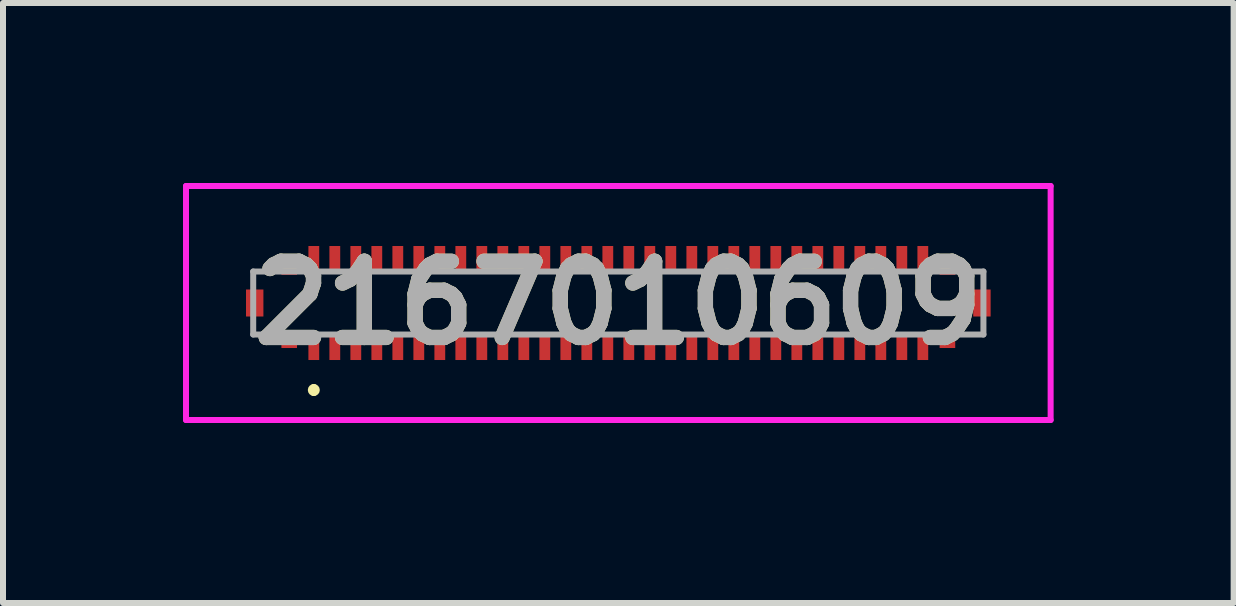
<source format=kicad_pcb>
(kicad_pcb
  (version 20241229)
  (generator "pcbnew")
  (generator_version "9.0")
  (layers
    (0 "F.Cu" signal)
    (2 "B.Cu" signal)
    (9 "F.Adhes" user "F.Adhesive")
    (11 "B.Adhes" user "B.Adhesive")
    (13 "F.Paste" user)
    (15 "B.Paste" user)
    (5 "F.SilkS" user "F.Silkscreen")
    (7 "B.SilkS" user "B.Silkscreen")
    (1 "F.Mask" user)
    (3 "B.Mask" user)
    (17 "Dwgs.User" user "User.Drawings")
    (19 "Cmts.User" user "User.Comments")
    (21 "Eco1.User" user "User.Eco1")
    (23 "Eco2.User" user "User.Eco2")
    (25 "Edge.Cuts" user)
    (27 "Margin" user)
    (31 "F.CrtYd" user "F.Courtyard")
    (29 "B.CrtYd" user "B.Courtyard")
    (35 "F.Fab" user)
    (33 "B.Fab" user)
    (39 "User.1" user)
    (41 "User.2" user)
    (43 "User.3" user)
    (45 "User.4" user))
  (footprint "2167010609"
    (layer "F.Cu")
    (at 7.255 2)
    (property "Reference" "2167010609" (at 0 0 0) (layer "F.SilkS") (effects (font (size 1.27 1.27) (thickness 0.254))))
    (attr smd)
    (fp_line (start -5.075 1.4) (end -5.075 1.4) (stroke (width 0.1) (type solid)) (layer "F.SilkS"))
    (fp_line (start -5.075 1.5) (end -5.075 1.5) (stroke (width 0.1) (type solid)) (layer "F.SilkS"))
    (fp_arc (start -5.075 1.4) (mid -5.025 1.45) (end -5.075 1.5) (stroke (width 0.1) (type solid)) (layer "F.SilkS"))
    (fp_arc (start -5.075 1.5) (mid -5.125 1.45) (end -5.075 1.4) (stroke (width 0.1) (type solid)) (layer "F.SilkS"))
    (fp_line (start -7.205 -1.95) (end 7.205 -1.95) (stroke (width 0.1) (type solid)) (layer "F.CrtYd"))
    (fp_line (start -7.205 1.95) (end -7.205 -1.95) (stroke (width 0.1) (type solid)) (layer "F.CrtYd"))
    (fp_line (start 7.205 -1.95) (end 7.205 1.95) (stroke (width 0.1) (type solid)) (layer "F.CrtYd"))
    (fp_line (start 7.205 1.95) (end -7.205 1.95) (stroke (width 0.1) (type solid)) (layer "F.CrtYd"))
    (fp_line (start -6.085 -0.525) (end 6.085 -0.525) (stroke (width 0.1) (type solid)) (layer "F.Fab"))
    (fp_line (start -6.085 0.525) (end -6.085 -0.525) (stroke (width 0.1) (type solid)) (layer "F.Fab"))
    (fp_line (start 6.085 -0.525) (end 6.085 0.525) (stroke (width 0.1) (type solid)) (layer "F.Fab"))
    (fp_line (start 6.085 0.525) (end -6.085 0.525) (stroke (width 0.1) (type solid)) (layer "F.Fab"))
    (fp_text user "${REFERENCE}" (at 0 0 0) (layer "F.Fab") (effects (font (size 1.27 1.27) (thickness 0.254))))
    (pad "1" smd rect (at -5.075 0.74) (size 0.18 0.42) (layers "F.Cu" "F.Mask" "F.Paste"))
    (pad "2" smd rect (at -5.075 -0.74) (size 0.18 0.42) (layers "F.Cu" "F.Mask" "F.Paste"))
    (pad "3" smd rect (at -4.725 0.74) (size 0.18 0.42) (layers "F.Cu" "F.Mask" "F.Paste"))
    (pad "4" smd rect (at -4.725 -0.74) (size 0.18 0.42) (layers "F.Cu" "F.Mask" "F.Paste"))
    (pad "5" smd rect (at -4.375 0.74) (size 0.18 0.42) (layers "F.Cu" "F.Mask" "F.Paste"))
    (pad "6" smd rect (at -4.375 -0.74) (size 0.18 0.42) (layers "F.Cu" "F.Mask" "F.Paste"))
    (pad "7" smd rect (at -4.025 0.74) (size 0.18 0.42) (layers "F.Cu" "F.Mask" "F.Paste"))
    (pad "8" smd rect (at -4.025 -0.74) (size 0.18 0.42) (layers "F.Cu" "F.Mask" "F.Paste"))
    (pad "9" smd rect (at -3.675 0.74) (size 0.18 0.42) (layers "F.Cu" "F.Mask" "F.Paste"))
    (pad "10" smd rect (at -3.675 -0.74) (size 0.18 0.42) (layers "F.Cu" "F.Mask" "F.Paste"))
    (pad "11" smd rect (at -3.325 0.74) (size 0.18 0.42) (layers "F.Cu" "F.Mask" "F.Paste"))
    (pad "12" smd rect (at -3.325 -0.74) (size 0.18 0.42) (layers "F.Cu" "F.Mask" "F.Paste"))
    (pad "13" smd rect (at -2.975 0.74) (size 0.18 0.42) (layers "F.Cu" "F.Mask" "F.Paste"))
    (pad "14" smd rect (at -2.975 -0.74) (size 0.18 0.42) (layers "F.Cu" "F.Mask" "F.Paste"))
    (pad "15" smd rect (at -2.625 0.74) (size 0.18 0.42) (layers "F.Cu" "F.Mask" "F.Paste"))
    (pad "16" smd rect (at -2.625 -0.74) (size 0.18 0.42) (layers "F.Cu" "F.Mask" "F.Paste"))
    (pad "17" smd rect (at -2.275 0.74) (size 0.18 0.42) (layers "F.Cu" "F.Mask" "F.Paste"))
    (pad "18" smd rect (at -2.275 -0.74) (size 0.18 0.42) (layers "F.Cu" "F.Mask" "F.Paste"))
    (pad "19" smd rect (at -1.925 0.74) (size 0.18 0.42) (layers "F.Cu" "F.Mask" "F.Paste"))
    (pad "20" smd rect (at -1.925 -0.74) (size 0.18 0.42) (layers "F.Cu" "F.Mask" "F.Paste"))
    (pad "21" smd rect (at -1.575 0.74) (size 0.18 0.42) (layers "F.Cu" "F.Mask" "F.Paste"))
    (pad "22" smd rect (at -1.575 -0.74) (size 0.18 0.42) (layers "F.Cu" "F.Mask" "F.Paste"))
    (pad "23" smd rect (at -1.225 0.74) (size 0.18 0.42) (layers "F.Cu" "F.Mask" "F.Paste"))
    (pad "24" smd rect (at -1.225 -0.74) (size 0.18 0.42) (layers "F.Cu" "F.Mask" "F.Paste"))
    (pad "25" smd rect (at -0.875 0.74) (size 0.18 0.42) (layers "F.Cu" "F.Mask" "F.Paste"))
    (pad "26" smd rect (at -0.875 -0.74) (size 0.18 0.42) (layers "F.Cu" "F.Mask" "F.Paste"))
    (pad "27" smd rect (at -0.525 0.74) (size 0.18 0.42) (layers "F.Cu" "F.Mask" "F.Paste"))
    (pad "28" smd rect (at -0.525 -0.74) (size 0.18 0.42) (layers "F.Cu" "F.Mask" "F.Paste"))
    (pad "29" smd rect (at -0.175 0.74) (size 0.18 0.42) (layers "F.Cu" "F.Mask" "F.Paste"))
    (pad "30" smd rect (at -0.175 -0.74) (size 0.18 0.42) (layers "F.Cu" "F.Mask" "F.Paste"))
    (pad "31" smd rect (at 0.175 0.74) (size 0.18 0.42) (layers "F.Cu" "F.Mask" "F.Paste"))
    (pad "32" smd rect (at 0.175 -0.74) (size 0.18 0.42) (layers "F.Cu" "F.Mask" "F.Paste"))
    (pad "33" smd rect (at 0.525 0.74) (size 0.18 0.42) (layers "F.Cu" "F.Mask" "F.Paste"))
    (pad "34" smd rect (at 0.525 -0.74) (size 0.18 0.42) (layers "F.Cu" "F.Mask" "F.Paste"))
    (pad "35" smd rect (at 0.875 0.74) (size 0.18 0.42) (layers "F.Cu" "F.Mask" "F.Paste"))
    (pad "36" smd rect (at 0.875 -0.74) (size 0.18 0.42) (layers "F.Cu" "F.Mask" "F.Paste"))
    (pad "37" smd rect (at 1.225 0.74) (size 0.18 0.42) (layers "F.Cu" "F.Mask" "F.Paste"))
    (pad "38" smd rect (at 1.225 -0.74) (size 0.18 0.42) (layers "F.Cu" "F.Mask" "F.Paste"))
    (pad "39" smd rect (at 1.575 0.74) (size 0.18 0.42) (layers "F.Cu" "F.Mask" "F.Paste"))
    (pad "40" smd rect (at 1.575 -0.74) (size 0.18 0.42) (layers "F.Cu" "F.Mask" "F.Paste"))
    (pad "41" smd rect (at 1.925 0.74) (size 0.18 0.42) (layers "F.Cu" "F.Mask" "F.Paste"))
    (pad "42" smd rect (at 1.925 -0.74) (size 0.18 0.42) (layers "F.Cu" "F.Mask" "F.Paste"))
    (pad "43" smd rect (at 2.275 0.74) (size 0.18 0.42) (layers "F.Cu" "F.Mask" "F.Paste"))
    (pad "44" smd rect (at 2.275 -0.74) (size 0.18 0.42) (layers "F.Cu" "F.Mask" "F.Paste"))
    (pad "45" smd rect (at 2.625 0.74) (size 0.18 0.42) (layers "F.Cu" "F.Mask" "F.Paste"))
    (pad "46" smd rect (at 2.625 -0.74) (size 0.18 0.42) (layers "F.Cu" "F.Mask" "F.Paste"))
    (pad "47" smd rect (at 2.975 0.74) (size 0.18 0.42) (layers "F.Cu" "F.Mask" "F.Paste"))
    (pad "48" smd rect (at 2.975 -0.74) (size 0.18 0.42) (layers "F.Cu" "F.Mask" "F.Paste"))
    (pad "49" smd rect (at 3.325 0.74) (size 0.18 0.42) (layers "F.Cu" "F.Mask" "F.Paste"))
    (pad "50" smd rect (at 3.325 -0.74) (size 0.18 0.42) (layers "F.Cu" "F.Mask" "F.Paste"))
    (pad "51" smd rect (at 3.675 0.74) (size 0.18 0.42) (layers "F.Cu" "F.Mask" "F.Paste"))
    (pad "52" smd rect (at 3.675 -0.74) (size 0.18 0.42) (layers "F.Cu" "F.Mask" "F.Paste"))
    (pad "53" smd rect (at 4.025 0.74) (size 0.18 0.42) (layers "F.Cu" "F.Mask" "F.Paste"))
    (pad "54" smd rect (at 4.025 -0.74) (size 0.18 0.42) (layers "F.Cu" "F.Mask" "F.Paste"))
    (pad "55" smd rect (at 4.375 0.74) (size 0.18 0.42) (layers "F.Cu" "F.Mask" "F.Paste"))
    (pad "56" smd rect (at 4.375 -0.74) (size 0.18 0.42) (layers "F.Cu" "F.Mask" "F.Paste"))
    (pad "57" smd rect (at 4.725 0.74) (size 0.18 0.42) (layers "F.Cu" "F.Mask" "F.Paste"))
    (pad "58" smd rect (at 4.725 -0.74) (size 0.18 0.42) (layers "F.Cu" "F.Mask" "F.Paste"))
    (pad "59" smd rect (at 5.075 0.74) (size 0.18 0.42) (layers "F.Cu" "F.Mask" "F.Paste"))
    (pad "60" smd rect (at 5.075 -0.74) (size 0.18 0.42) (layers "F.Cu" "F.Mask" "F.Paste"))
    (pad "61" smd rect (at -5.485 0.61) (size 0.26 0.28) (layers "F.Cu" "F.Mask" "F.Paste"))
    (pad "62" smd rect (at -5.485 -0.61) (size 0.26 0.28) (layers "F.Cu" "F.Mask" "F.Paste"))
    (pad "63" smd rect (at 5.485 0.61) (size 0.26 0.28) (layers "F.Cu" "F.Mask" "F.Paste"))
    (pad "64" smd rect (at 5.485 -0.61) (size 0.26 0.28) (layers "F.Cu" "F.Mask" "F.Paste"))
    (pad "65" smd rect (at -6.06 0) (size 0.29 0.45) (layers "F.Cu" "F.Mask" "F.Paste"))
    (pad "66" smd rect (at 6.06 0) (size 0.29 0.45) (layers "F.Cu" "F.Mask" "F.Paste")))
  (gr_rect
    (start -3 -3)
    (end 17.51 7)
    (stroke (width 0.1) (type default))
    (fill no)
    (layer "Edge.Cuts")))
</source>
